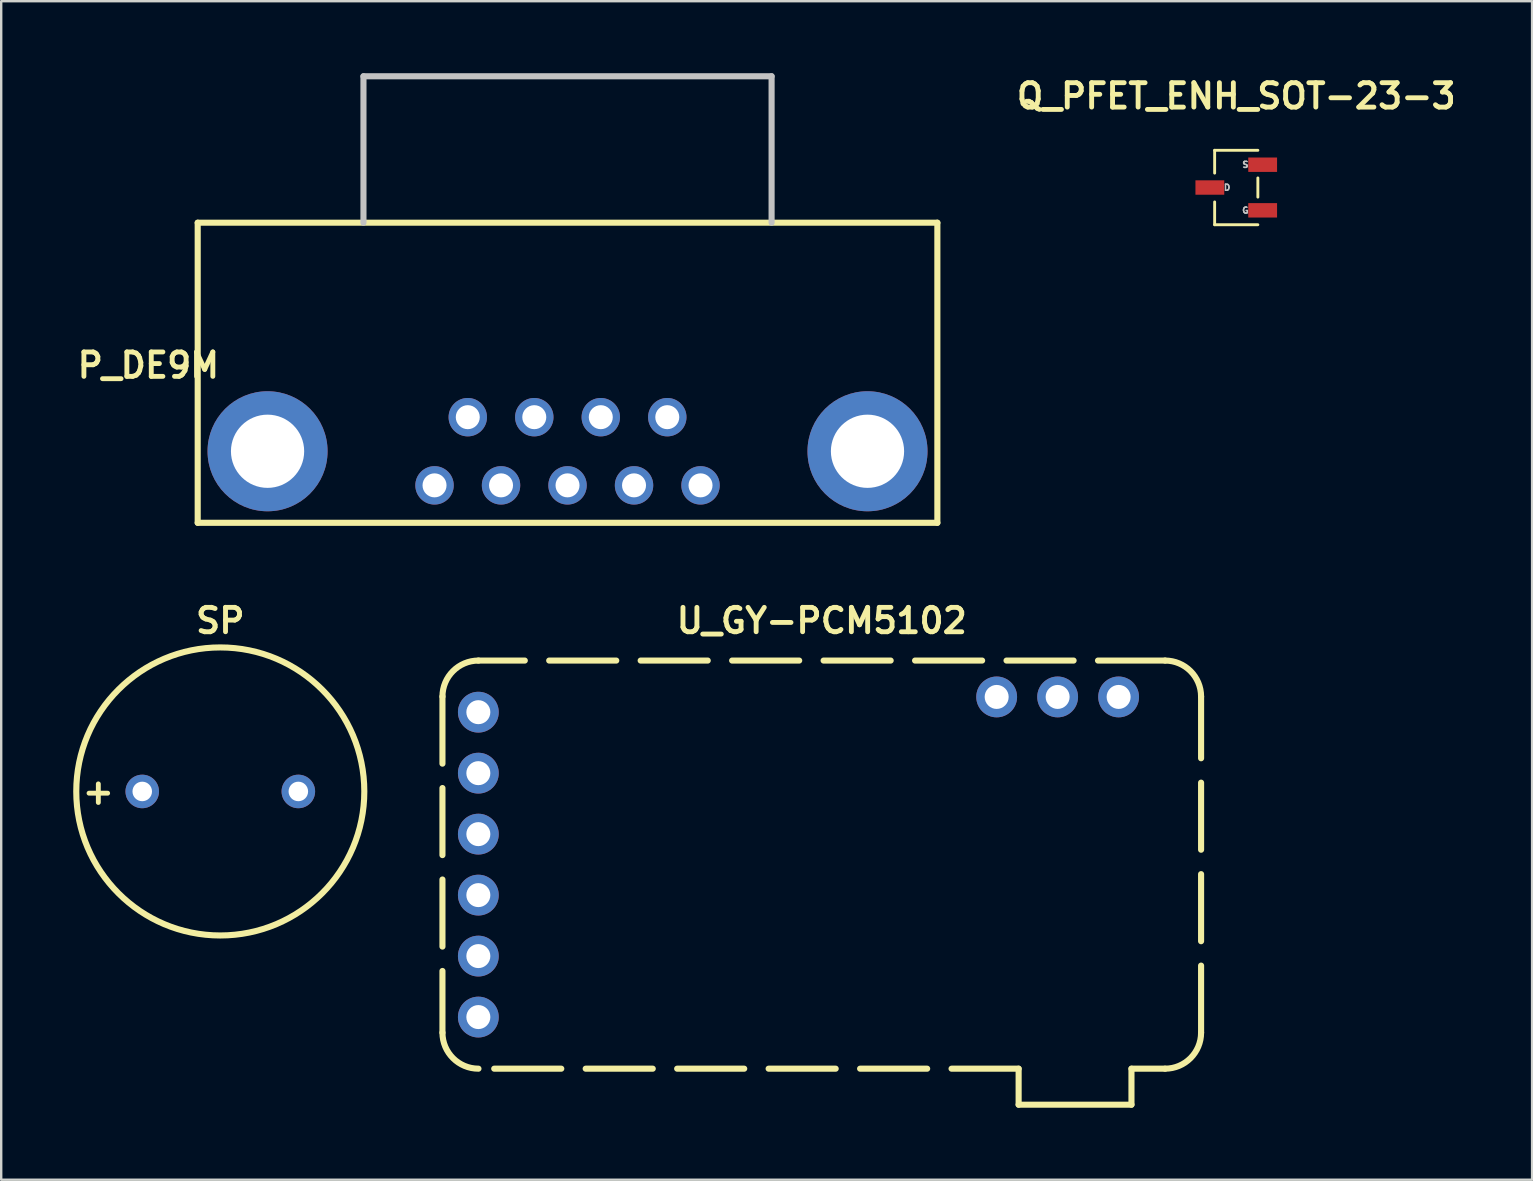
<source format=kicad_pcb>
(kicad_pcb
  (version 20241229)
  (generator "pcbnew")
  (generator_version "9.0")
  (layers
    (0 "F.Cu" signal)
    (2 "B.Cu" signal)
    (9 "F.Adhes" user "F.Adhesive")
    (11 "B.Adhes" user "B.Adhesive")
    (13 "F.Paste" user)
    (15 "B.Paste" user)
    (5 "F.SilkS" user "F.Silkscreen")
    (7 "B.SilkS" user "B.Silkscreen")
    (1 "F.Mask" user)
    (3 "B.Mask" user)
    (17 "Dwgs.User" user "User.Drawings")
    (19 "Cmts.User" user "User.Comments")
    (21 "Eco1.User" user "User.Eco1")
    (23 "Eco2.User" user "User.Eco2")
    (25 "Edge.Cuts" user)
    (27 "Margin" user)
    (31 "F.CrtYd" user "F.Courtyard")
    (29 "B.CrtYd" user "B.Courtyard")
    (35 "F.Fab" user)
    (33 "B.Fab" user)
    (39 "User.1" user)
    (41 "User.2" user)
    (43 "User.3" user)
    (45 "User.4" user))
  (footprint "SP"
    (layer "F.Cu")
    (at 6.126 29.917)
    (property "Reference" "SP" (at 0 -7.112 0) (layer "F.SilkS") (effects (font (size 1.016 1.016) (thickness 0.203))))
    (property "Value" "${VALUE}" (at 0 7.112 0) (layer "F.SilkS") (hide yes) (effects (font (size 1.016 0.914) (thickness 0.203) (italic yes))))
    (attr through_hole)
    (fp_circle (center 0 0) (end 0 -5.999) (stroke (width 0.254) (type solid)) (fill no) (layer "F.SilkS"))
    (fp_text user "+" (at -5.08 0 0) (layer "F.SilkS") (effects (font (size 1.016 1.016) (thickness 0.203))))
    (pad "1" thru_hole circle (at -3.251 0) (size 1.397 1.397) (drill 0.813) (layers "*.Cu" "*.Mask"))
    (pad "2" thru_hole circle (at 3.251 0) (size 1.397 1.397) (drill 0.813) (layers "*.Cu" "*.Mask")))
  (footprint "U_GY-PCM5102"
    (layer "F.Cu")
    (at 31.18 32.965)
    (property "Reference" "U_GY-PCM5102" (at 0 -10.16 0) (layer "F.SilkS") (effects (font (size 1.016 1.016) (thickness 0.203))))
    (property "Value" "${VALUE}" (at 0 10.16 0) (layer "F.Fab") (hide yes) (effects (font (size 1.016 0.914) (thickness 0.203) (italic yes))))
    (attr through_hole)
    (fp_line (start -15.8 -7) (end -15.8 7) (stroke (width 0.254) (type dash)) (layer "F.SilkS"))
    (fp_line (start 8.2 8.5) (end -14.3 8.5) (stroke (width 0.254) (type dash)) (layer "F.SilkS"))
    (fp_line (start 8.2 10) (end 8.2 8.5) (stroke (width 0.254) (type solid)) (layer "F.SilkS"))
    (fp_line (start 12.9 8.5) (end 12.9 10) (stroke (width 0.254) (type solid)) (layer "F.SilkS"))
    (fp_line (start 12.9 8.5) (end 14.3 8.5) (stroke (width 0.254) (type solid)) (layer "F.SilkS"))
    (fp_line (start 12.9 10) (end 8.2 10) (stroke (width 0.254) (type solid)) (layer "F.SilkS"))
    (fp_line (start 14.3 -8.5) (end -14.3 -8.5) (stroke (width 0.254) (type dash)) (layer "F.SilkS"))
    (fp_line (start 15.8 7) (end 15.8 -7) (stroke (width 0.254) (type dash)) (layer "F.SilkS"))
    (fp_arc (start -15.8 -7) (mid -15.36066 -8.060659) (end -14.3 -8.5) (stroke (width 0.254) (type solid)) (layer "F.SilkS"))
    (fp_arc (start -14.3 8.5) (mid -15.360659 8.06066) (end -15.8 7) (stroke (width 0.254) (type solid)) (layer "F.SilkS"))
    (fp_arc (start 14.3 -8.5) (mid 15.360659 -8.06066) (end 15.8 -7) (stroke (width 0.254) (type solid)) (layer "F.SilkS"))
    (fp_arc (start 15.8 7) (mid 15.36066 8.060659) (end 14.3 8.5) (stroke (width 0.254) (type solid)) (layer "F.SilkS"))
    (pad "1" thru_hole circle (at -14.305 -6.35) (size 1.7 1.7) (drill 1) (layers "*.Cu" "*.Mask"))
    (pad "2" thru_hole circle (at -14.305 -3.81) (size 1.7 1.7) (drill 1) (layers "*.Cu" "*.Mask"))
    (pad "3" thru_hole circle (at -14.305 -1.27) (size 1.7 1.7) (drill 1) (layers "*.Cu" "*.Mask"))
    (pad "4" thru_hole circle (at -14.305 1.27) (size 1.7 1.7) (drill 1) (layers "*.Cu" "*.Mask"))
    (pad "5" thru_hole circle (at -14.305 3.81) (size 1.7 1.7) (drill 1) (layers "*.Cu" "*.Mask"))
    (pad "6" thru_hole circle (at -14.305 6.35) (size 1.7 1.7) (drill 1) (layers "*.Cu" "*.Mask"))
    (pad "7" thru_hole circle (at 12.365 -6.985) (size 1.7 1.7) (drill 1) (layers "*.Cu" "*.Mask"))
    (pad "8" thru_hole circle (at 9.825 -6.985) (size 1.7 1.7) (drill 1) (layers "*.Cu" "*.Mask"))
    (pad "9" thru_hole circle (at 7.285 -6.985) (size 1.7 1.7) (drill 1) (layers "*.Cu" "*.Mask")))
  (footprint "P_DE9M"
    (layer "F.Cu")
    (at 26.13 17.167)
    (property "Reference" "P_DE9M" (at -23 -5 0) (layer "F.SilkS") (effects (font (size 1.016 1.016) (thickness 0.203))))
    (property "Value" "${VALUE}" (at 12 -5 0) (layer "F.SilkS") (hide yes) (effects (font (size 1.016 0.914) (thickness 0.203) (italic yes))))
    (attr through_hole)
    (fp_line (start -20.945 -10.94) (end -20.945 1.56) (stroke (width 0.254) (type solid)) (layer "F.SilkS"))
    (fp_line (start -20.945 -10.94) (end 9.865 -10.94) (stroke (width 0.254) (type solid)) (layer "F.SilkS"))
    (fp_line (start -20.945 1.56) (end 9.865 1.56) (stroke (width 0.254) (type solid)) (layer "F.SilkS"))
    (fp_line (start 9.865 -10.94) (end 9.865 1.56) (stroke (width 0.254) (type solid)) (layer "F.SilkS"))
    (fp_line (start -14.04 -17.04) (end -14.04 -10.94) (stroke (width 0.254) (type solid)) (layer "Dwgs.User"))
    (fp_line (start -14.04 -17.04) (end 2.96 -17.04) (stroke (width 0.254) (type solid)) (layer "Dwgs.User"))
    (fp_line (start 2.96 -17.04) (end 2.96 -10.94) (stroke (width 0.254) (type solid)) (layer "Dwgs.User"))
    (pad "1" thru_hole circle (at 0 0) (size 1.6 1.6) (drill 1) (layers "*.Cu" "*.Mask"))
    (pad "2" thru_hole circle (at -2.77 0) (size 1.6 1.6) (drill 1) (layers "*.Cu" "*.Mask"))
    (pad "3" thru_hole circle (at -5.54 0) (size 1.6 1.6) (drill 1) (layers "*.Cu" "*.Mask"))
    (pad "4" thru_hole circle (at -8.31 0) (size 1.6 1.6) (drill 1) (layers "*.Cu" "*.Mask"))
    (pad "5" thru_hole circle (at -11.08 0) (size 1.6 1.6) (drill 1) (layers "*.Cu" "*.Mask"))
    (pad "6" thru_hole circle (at -1.385 -2.84) (size 1.6 1.6) (drill 1) (layers "*.Cu" "*.Mask"))
    (pad "7" thru_hole circle (at -4.155 -2.84) (size 1.6 1.6) (drill 1) (layers "*.Cu" "*.Mask"))
    (pad "8" thru_hole circle (at -6.925 -2.84) (size 1.6 1.6) (drill 1) (layers "*.Cu" "*.Mask"))
    (pad "9" thru_hole circle (at -9.695 -2.84) (size 1.6 1.6) (drill 1) (layers "*.Cu" "*.Mask"))
    (pad "10" thru_hole circle (at -18.035 -1.42) (size 5 5) (drill 3.05) (layers "*.Cu" "*.Mask"))
    (pad "11" thru_hole circle (at 6.955 -1.42) (size 5 5) (drill 3.05) (layers "*.Cu" "*.Mask")))
  (footprint "Q_PFET_ENH_SOT-23-3"
    (layer "F.Cu")
    (at 48.445 4.761)
    (property "Reference" "Q_PFET_ENH_SOT-23-3" (at 0 -3.81 0) (layer "F.SilkS") (effects (font (size 1.016 1.016) (thickness 0.203))))
    (property "Value" "${VALUE}" (at 0 3.81 0) (layer "F.SilkS") (hide yes) (effects (font (size 1.016 0.914) (thickness 0.203) (italic yes))))
    (attr smd)
    (fp_line (start -0.9 -1.55) (end -0.9 -0.6) (stroke (width 0.12) (type solid)) (layer "F.SilkS"))
    (fp_line (start -0.9 -1.55) (end 0.9 -1.55) (stroke (width 0.12) (type solid)) (layer "F.SilkS"))
    (fp_line (start -0.9 0.6) (end -0.9 1.55) (stroke (width 0.12) (type solid)) (layer "F.SilkS"))
    (fp_line (start 0.9 -0.4) (end 0.9 0.4) (stroke (width 0.12) (type solid)) (layer "F.SilkS"))
    (fp_line (start 0.9 1.55) (end -0.9 1.55) (stroke (width 0.12) (type solid)) (layer "F.SilkS"))
    (fp_text user "S" (at 0.381 -0.953 0) (layer "Dwgs.User") (effects (font (size 0.254 0.254) (thickness 0.064))))
    (fp_text user "D" (at -0.381 0 0) (layer "Dwgs.User") (effects (font (size 0.254 0.254) (thickness 0.064))))
    (fp_text user "G" (at 0.381 0.953 0) (layer "Dwgs.User") (effects (font (size 0.254 0.254) (thickness 0.064))))
    (pad "1" smd rect (at 1.1 0.95) (size 1.2 0.6) (layers "F.Cu" "F.Mask" "F.Paste"))
    (pad "2" smd rect (at -1.1 0) (size 1.2 0.6) (layers "F.Cu" "F.Mask" "F.Paste"))
    (pad "3" smd rect (at 1.1 -0.95) (size 1.2 0.6) (layers "F.Cu" "F.Mask" "F.Paste")))
  (gr_rect
    (start -3 -3)
    (end 60.768 46.092)
    (stroke (width 0.1) (type default))
    (fill no)
    (layer "Edge.Cuts")))
</source>
